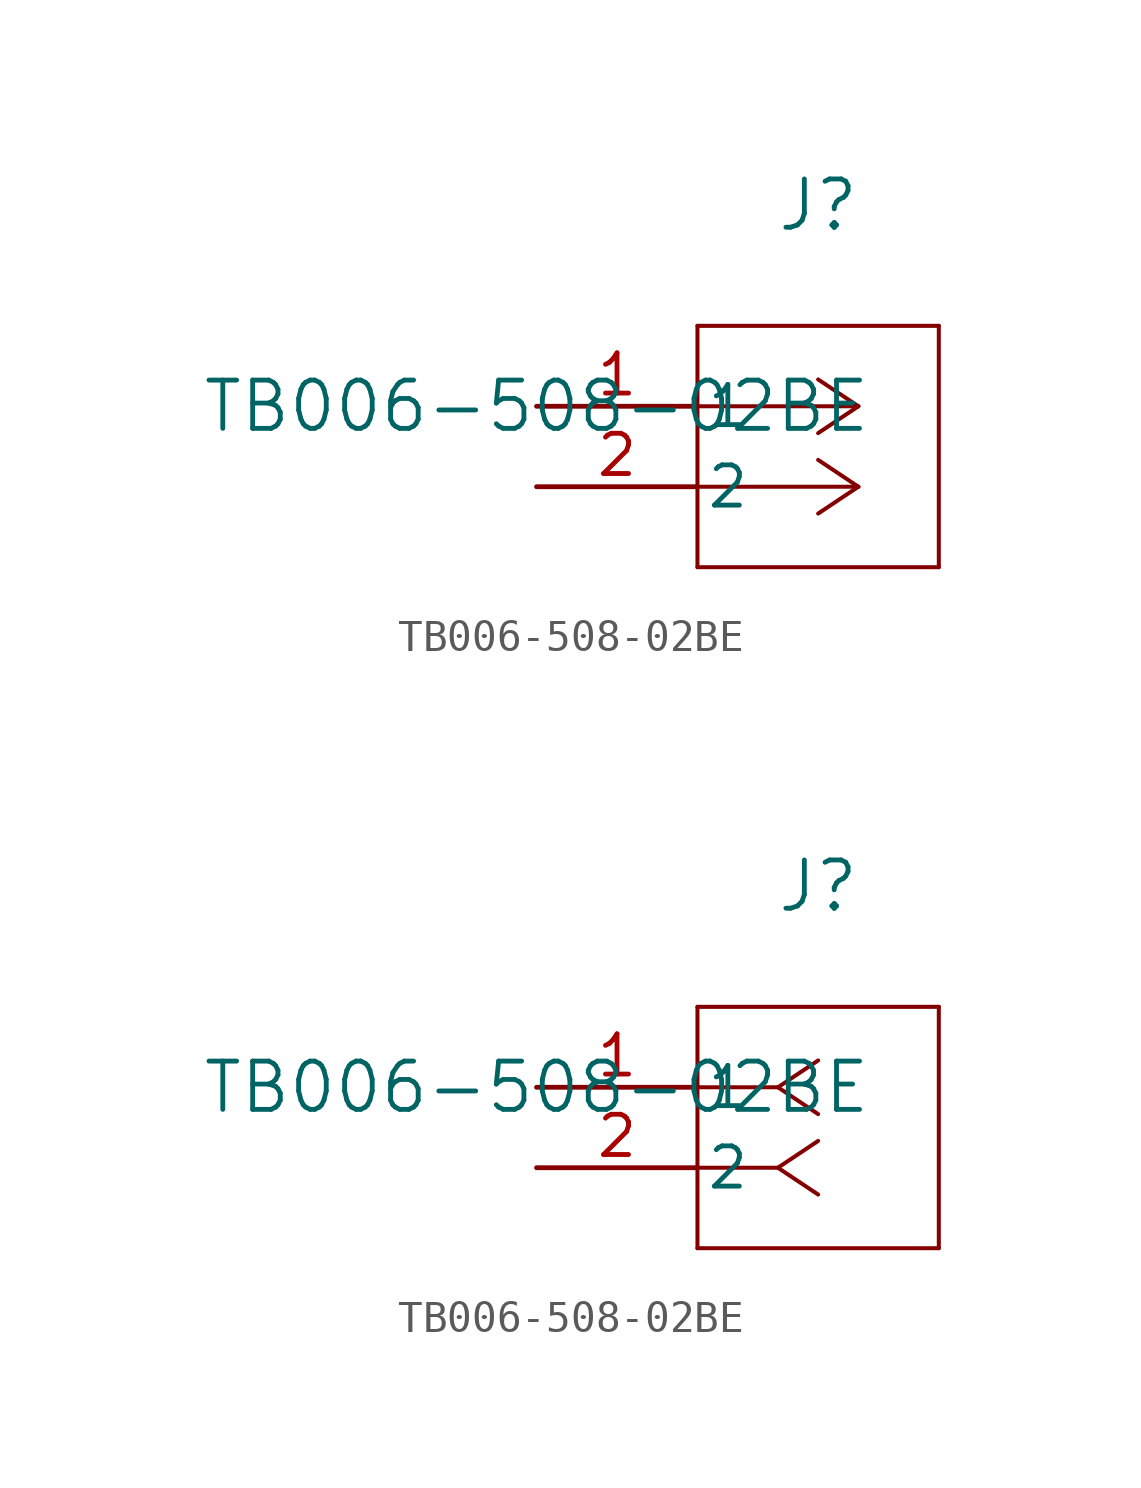
<source format=kicad_sym>
(kicad_symbol_lib
  (version 20211014)
  (generator kicad_symbol_editor)
  (symbol "TB006-508-02BE"
    (pin_names
      (offset 0.254))
    (property "Reference" "J"
      (at 8.89 6.35 0)
      (effects (font (size 1.524 1.524))))
    (property "Value" "TB006-508-02BE"
      (at 0 0 0)
      (effects (font (size 1.524 1.524))))
    (symbol "TB006-508-02BE_1_1"
      (polyline (pts (xy 10.16 0) (xy 5.08 0)) (stroke (width 0.127) (type default) (color 0 0 0 0)) (fill (type none)))
      (polyline (pts (xy 10.16 -2.54) (xy 5.08 -2.54)) (stroke (width 0.127) (type default) (color 0 0 0 0)) (fill (type none)))
      (polyline (pts (xy 10.16 0) (xy 8.89 0.847)) (stroke (width 0.127) (type default) (color 0 0 0 0)) (fill (type none)))
      (polyline (pts (xy 10.16 -2.54) (xy 8.89 -1.693)) (stroke (width 0.127) (type default) (color 0 0 0 0)) (fill (type none)))
      (polyline (pts (xy 10.16 0) (xy 8.89 -0.847)) (stroke (width 0.127) (type default) (color 0 0 0 0)) (fill (type none)))
      (polyline (pts (xy 10.16 -2.54) (xy 8.89 -3.387)) (stroke (width 0.127) (type default) (color 0 0 0 0)) (fill (type none)))
      (polyline (pts (xy 5.08 2.54) (xy 5.08 -5.08)) (stroke (width 0.127) (type default) (color 0 0 0 0)) (fill (type none)))
      (polyline (pts (xy 5.08 -5.08) (xy 12.7 -5.08)) (stroke (width 0.127) (type default) (color 0 0 0 0)) (fill (type none)))
      (polyline (pts (xy 12.7 -5.08) (xy 12.7 2.54)) (stroke (width 0.127) (type default) (color 0 0 0 0)) (fill (type none)))
      (polyline (pts (xy 12.7 2.54) (xy 5.08 2.54)) (stroke (width 0.127) (type default) (color 0 0 0 0)) (fill (type none)))
      (pin unspecified line (at 0 0 0) (length 5.08) (name "1" (effects (font (size 1.27 1.27)))) (number "1" (effects (font (size 1.27 1.27)))))
      (pin unspecified line (at 0 -2.54 0) (length 5.08) (name "2" (effects (font (size 1.27 1.27)))) (number "2" (effects (font (size 1.27 1.27))))))
    (symbol "TB006-508-02BE_1_2"
      (polyline (pts (xy 7.62 0) (xy 5.08 0)) (stroke (width 0.127) (type default) (color 0 0 0 0)) (fill (type none)))
      (polyline (pts (xy 7.62 -2.54) (xy 5.08 -2.54)) (stroke (width 0.127) (type default) (color 0 0 0 0)) (fill (type none)))
      (polyline (pts (xy 7.62 0) (xy 8.89 0.847)) (stroke (width 0.127) (type default) (color 0 0 0 0)) (fill (type none)))
      (polyline (pts (xy 7.62 -2.54) (xy 8.89 -1.693)) (stroke (width 0.127) (type default) (color 0 0 0 0)) (fill (type none)))
      (polyline (pts (xy 7.62 0) (xy 8.89 -0.847)) (stroke (width 0.127) (type default) (color 0 0 0 0)) (fill (type none)))
      (polyline (pts (xy 7.62 -2.54) (xy 8.89 -3.387)) (stroke (width 0.127) (type default) (color 0 0 0 0)) (fill (type none)))
      (polyline (pts (xy 5.08 2.54) (xy 5.08 -5.08)) (stroke (width 0.127) (type default) (color 0 0 0 0)) (fill (type none)))
      (polyline (pts (xy 5.08 -5.08) (xy 12.7 -5.08)) (stroke (width 0.127) (type default) (color 0 0 0 0)) (fill (type none)))
      (polyline (pts (xy 12.7 -5.08) (xy 12.7 2.54)) (stroke (width 0.127) (type default) (color 0 0 0 0)) (fill (type none)))
      (polyline (pts (xy 12.7 2.54) (xy 5.08 2.54)) (stroke (width 0.127) (type default) (color 0 0 0 0)) (fill (type none)))
      (pin unspecified line (at 0 0 0) (length 5.08) (name "1" (effects (font (size 1.27 1.27)))) (number "1" (effects (font (size 1.27 1.27)))))
      (pin unspecified line (at 0 -2.54 0) (length 5.08) (name "2" (effects (font (size 1.27 1.27)))) (number "2" (effects (font (size 1.27 1.27))))))))
</source>
